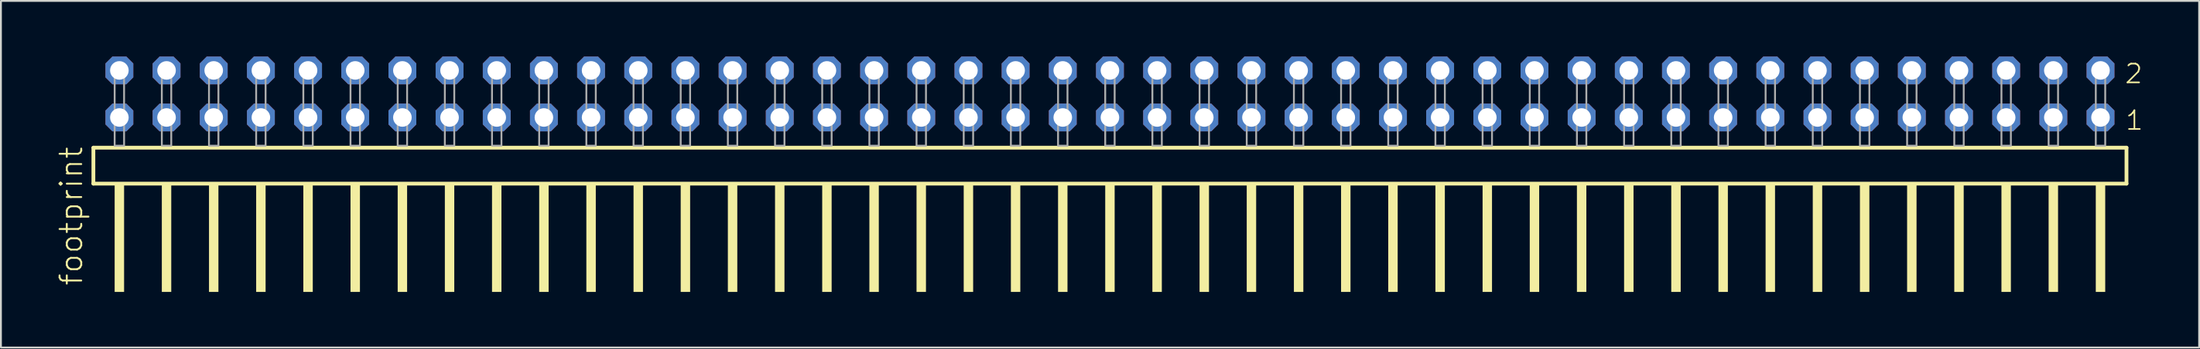
<source format=kicad_pcb>
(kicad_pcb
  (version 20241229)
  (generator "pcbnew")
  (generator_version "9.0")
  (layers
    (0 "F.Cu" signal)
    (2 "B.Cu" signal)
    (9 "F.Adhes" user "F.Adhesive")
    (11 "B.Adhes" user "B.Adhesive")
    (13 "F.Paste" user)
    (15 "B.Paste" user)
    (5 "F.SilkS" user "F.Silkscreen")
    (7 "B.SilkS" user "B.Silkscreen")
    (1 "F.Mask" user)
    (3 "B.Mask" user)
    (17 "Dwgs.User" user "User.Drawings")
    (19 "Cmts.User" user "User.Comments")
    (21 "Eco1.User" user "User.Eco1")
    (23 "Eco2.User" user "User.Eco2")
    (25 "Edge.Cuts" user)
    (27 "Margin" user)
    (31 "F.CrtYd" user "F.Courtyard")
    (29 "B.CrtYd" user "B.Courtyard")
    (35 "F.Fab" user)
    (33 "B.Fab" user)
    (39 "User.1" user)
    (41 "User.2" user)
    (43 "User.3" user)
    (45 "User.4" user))
  (footprint "footprint"
    (layer "F.Cu")
    (at 56.718 4.814)
    (property "Reference" "footprint" (at -55.245 7.62 90) (layer "F.SilkS") (effects (font (size 1.168 1.168) (thickness 0.102)) (justify left bottom)))
    (fp_line (start -54.739 0.106) (end -54.739 2.046) (stroke (width 0.203) (type solid)) (layer "F.SilkS"))
    (fp_line (start -54.739 2.046) (end 54.739 2.046) (stroke (width 0.203) (type solid)) (layer "F.SilkS"))
    (fp_line (start 54.739 0.106) (end -54.739 0.106) (stroke (width 0.203) (type solid)) (layer "F.SilkS"))
    (fp_line (start 54.739 2.046) (end 54.739 0.106) (stroke (width 0.203) (type solid)) (layer "F.SilkS"))
    (fp_poly (pts (xy -53.594 7.89) (xy -53.086 7.89) (xy -53.086 2.04) (xy -53.594 2.04)) (stroke (width 0) (type solid)) (fill yes) (layer "F.SilkS"))
    (fp_poly (pts (xy -51.054 7.89) (xy -50.546 7.89) (xy -50.546 2.04) (xy -51.054 2.04)) (stroke (width 0) (type solid)) (fill yes) (layer "F.SilkS"))
    (fp_poly (pts (xy -48.514 7.89) (xy -48.006 7.89) (xy -48.006 2.04) (xy -48.514 2.04)) (stroke (width 0) (type solid)) (fill yes) (layer "F.SilkS"))
    (fp_poly (pts (xy -45.974 7.89) (xy -45.466 7.89) (xy -45.466 2.04) (xy -45.974 2.04)) (stroke (width 0) (type solid)) (fill yes) (layer "F.SilkS"))
    (fp_poly (pts (xy -43.434 7.89) (xy -42.926 7.89) (xy -42.926 2.04) (xy -43.434 2.04)) (stroke (width 0) (type solid)) (fill yes) (layer "F.SilkS"))
    (fp_poly (pts (xy -40.894 7.89) (xy -40.386 7.89) (xy -40.386 2.04) (xy -40.894 2.04)) (stroke (width 0) (type solid)) (fill yes) (layer "F.SilkS"))
    (fp_poly (pts (xy -38.354 7.89) (xy -37.846 7.89) (xy -37.846 2.04) (xy -38.354 2.04)) (stroke (width 0) (type solid)) (fill yes) (layer "F.SilkS"))
    (fp_poly (pts (xy -35.814 7.89) (xy -35.306 7.89) (xy -35.306 2.04) (xy -35.814 2.04)) (stroke (width 0) (type solid)) (fill yes) (layer "F.SilkS"))
    (fp_poly (pts (xy -33.274 7.89) (xy -32.766 7.89) (xy -32.766 2.04) (xy -33.274 2.04)) (stroke (width 0) (type solid)) (fill yes) (layer "F.SilkS"))
    (fp_poly (pts (xy -30.734 7.89) (xy -30.226 7.89) (xy -30.226 2.04) (xy -30.734 2.04)) (stroke (width 0) (type solid)) (fill yes) (layer "F.SilkS"))
    (fp_poly (pts (xy -28.194 7.89) (xy -27.686 7.89) (xy -27.686 2.04) (xy -28.194 2.04)) (stroke (width 0) (type solid)) (fill yes) (layer "F.SilkS"))
    (fp_poly (pts (xy -25.654 7.89) (xy -25.146 7.89) (xy -25.146 2.04) (xy -25.654 2.04)) (stroke (width 0) (type solid)) (fill yes) (layer "F.SilkS"))
    (fp_poly (pts (xy -23.114 7.89) (xy -22.606 7.89) (xy -22.606 2.04) (xy -23.114 2.04)) (stroke (width 0) (type solid)) (fill yes) (layer "F.SilkS"))
    (fp_poly (pts (xy -20.574 7.89) (xy -20.066 7.89) (xy -20.066 2.04) (xy -20.574 2.04)) (stroke (width 0) (type solid)) (fill yes) (layer "F.SilkS"))
    (fp_poly (pts (xy -18.034 7.89) (xy -17.526 7.89) (xy -17.526 2.04) (xy -18.034 2.04)) (stroke (width 0) (type solid)) (fill yes) (layer "F.SilkS"))
    (fp_poly (pts (xy -15.494 7.89) (xy -14.986 7.89) (xy -14.986 2.04) (xy -15.494 2.04)) (stroke (width 0) (type solid)) (fill yes) (layer "F.SilkS"))
    (fp_poly (pts (xy -12.954 7.89) (xy -12.446 7.89) (xy -12.446 2.04) (xy -12.954 2.04)) (stroke (width 0) (type solid)) (fill yes) (layer "F.SilkS"))
    (fp_poly (pts (xy -10.414 7.89) (xy -9.906 7.89) (xy -9.906 2.04) (xy -10.414 2.04)) (stroke (width 0) (type solid)) (fill yes) (layer "F.SilkS"))
    (fp_poly (pts (xy -7.874 7.89) (xy -7.366 7.89) (xy -7.366 2.04) (xy -7.874 2.04)) (stroke (width 0) (type solid)) (fill yes) (layer "F.SilkS"))
    (fp_poly (pts (xy -5.334 7.89) (xy -4.826 7.89) (xy -4.826 2.04) (xy -5.334 2.04)) (stroke (width 0) (type solid)) (fill yes) (layer "F.SilkS"))
    (fp_poly (pts (xy -2.794 7.89) (xy -2.286 7.89) (xy -2.286 2.04) (xy -2.794 2.04)) (stroke (width 0) (type solid)) (fill yes) (layer "F.SilkS"))
    (fp_poly (pts (xy -0.254 7.89) (xy 0.254 7.89) (xy 0.254 2.04) (xy -0.254 2.04)) (stroke (width 0) (type solid)) (fill yes) (layer "F.SilkS"))
    (fp_poly (pts (xy 2.286 7.89) (xy 2.794 7.89) (xy 2.794 2.04) (xy 2.286 2.04)) (stroke (width 0) (type solid)) (fill yes) (layer "F.SilkS"))
    (fp_poly (pts (xy 4.826 7.89) (xy 5.334 7.89) (xy 5.334 2.04) (xy 4.826 2.04)) (stroke (width 0) (type solid)) (fill yes) (layer "F.SilkS"))
    (fp_poly (pts (xy 7.366 7.89) (xy 7.874 7.89) (xy 7.874 2.04) (xy 7.366 2.04)) (stroke (width 0) (type solid)) (fill yes) (layer "F.SilkS"))
    (fp_poly (pts (xy 9.906 7.89) (xy 10.414 7.89) (xy 10.414 2.04) (xy 9.906 2.04)) (stroke (width 0) (type solid)) (fill yes) (layer "F.SilkS"))
    (fp_poly (pts (xy 12.446 7.89) (xy 12.954 7.89) (xy 12.954 2.04) (xy 12.446 2.04)) (stroke (width 0) (type solid)) (fill yes) (layer "F.SilkS"))
    (fp_poly (pts (xy 14.986 7.89) (xy 15.494 7.89) (xy 15.494 2.04) (xy 14.986 2.04)) (stroke (width 0) (type solid)) (fill yes) (layer "F.SilkS"))
    (fp_poly (pts (xy 17.526 7.89) (xy 18.034 7.89) (xy 18.034 2.04) (xy 17.526 2.04)) (stroke (width 0) (type solid)) (fill yes) (layer "F.SilkS"))
    (fp_poly (pts (xy 20.066 7.89) (xy 20.574 7.89) (xy 20.574 2.04) (xy 20.066 2.04)) (stroke (width 0) (type solid)) (fill yes) (layer "F.SilkS"))
    (fp_poly (pts (xy 22.606 7.89) (xy 23.114 7.89) (xy 23.114 2.04) (xy 22.606 2.04)) (stroke (width 0) (type solid)) (fill yes) (layer "F.SilkS"))
    (fp_poly (pts (xy 25.146 7.89) (xy 25.654 7.89) (xy 25.654 2.04) (xy 25.146 2.04)) (stroke (width 0) (type solid)) (fill yes) (layer "F.SilkS"))
    (fp_poly (pts (xy 27.686 7.89) (xy 28.194 7.89) (xy 28.194 2.04) (xy 27.686 2.04)) (stroke (width 0) (type solid)) (fill yes) (layer "F.SilkS"))
    (fp_poly (pts (xy 30.226 7.89) (xy 30.734 7.89) (xy 30.734 2.04) (xy 30.226 2.04)) (stroke (width 0) (type solid)) (fill yes) (layer "F.SilkS"))
    (fp_poly (pts (xy 32.766 7.89) (xy 33.274 7.89) (xy 33.274 2.04) (xy 32.766 2.04)) (stroke (width 0) (type solid)) (fill yes) (layer "F.SilkS"))
    (fp_poly (pts (xy 35.306 7.89) (xy 35.814 7.89) (xy 35.814 2.04) (xy 35.306 2.04)) (stroke (width 0) (type solid)) (fill yes) (layer "F.SilkS"))
    (fp_poly (pts (xy 37.846 7.89) (xy 38.354 7.89) (xy 38.354 2.04) (xy 37.846 2.04)) (stroke (width 0) (type solid)) (fill yes) (layer "F.SilkS"))
    (fp_poly (pts (xy 40.386 7.89) (xy 40.894 7.89) (xy 40.894 2.04) (xy 40.386 2.04)) (stroke (width 0) (type solid)) (fill yes) (layer "F.SilkS"))
    (fp_poly (pts (xy 42.926 7.89) (xy 43.434 7.89) (xy 43.434 2.04) (xy 42.926 2.04)) (stroke (width 0) (type solid)) (fill yes) (layer "F.SilkS"))
    (fp_poly (pts (xy 45.466 7.89) (xy 45.974 7.89) (xy 45.974 2.04) (xy 45.466 2.04)) (stroke (width 0) (type solid)) (fill yes) (layer "F.SilkS"))
    (fp_poly (pts (xy 48.006 7.89) (xy 48.514 7.89) (xy 48.514 2.04) (xy 48.006 2.04)) (stroke (width 0) (type solid)) (fill yes) (layer "F.SilkS"))
    (fp_poly (pts (xy 50.546 7.89) (xy 51.054 7.89) (xy 51.054 2.04) (xy 50.546 2.04)) (stroke (width 0) (type solid)) (fill yes) (layer "F.SilkS"))
    (fp_poly (pts (xy 53.086 7.89) (xy 53.594 7.89) (xy 53.594 2.04) (xy 53.086 2.04)) (stroke (width 0) (type solid)) (fill yes) (layer "F.SilkS"))
    (fp_poly (pts (xy -53.594 0) (xy -53.086 0) (xy -53.086 -4.318) (xy -53.594 -4.318)) (stroke (width 0.1) (type solid)) (fill no) (layer "F.Fab"))
    (fp_poly (pts (xy -51.054 0) (xy -50.546 0) (xy -50.546 -4.318) (xy -51.054 -4.318)) (stroke (width 0.1) (type solid)) (fill no) (layer "F.Fab"))
    (fp_poly (pts (xy -48.514 0) (xy -48.006 0) (xy -48.006 -4.318) (xy -48.514 -4.318)) (stroke (width 0.1) (type solid)) (fill no) (layer "F.Fab"))
    (fp_poly (pts (xy -45.974 0) (xy -45.466 0) (xy -45.466 -4.318) (xy -45.974 -4.318)) (stroke (width 0.1) (type solid)) (fill no) (layer "F.Fab"))
    (fp_poly (pts (xy -43.434 0) (xy -42.926 0) (xy -42.926 -4.318) (xy -43.434 -4.318)) (stroke (width 0.1) (type solid)) (fill no) (layer "F.Fab"))
    (fp_poly (pts (xy -40.894 0) (xy -40.386 0) (xy -40.386 -4.318) (xy -40.894 -4.318)) (stroke (width 0.1) (type solid)) (fill no) (layer "F.Fab"))
    (fp_poly (pts (xy -38.354 0) (xy -37.846 0) (xy -37.846 -4.318) (xy -38.354 -4.318)) (stroke (width 0.1) (type solid)) (fill no) (layer "F.Fab"))
    (fp_poly (pts (xy -35.814 0) (xy -35.306 0) (xy -35.306 -4.318) (xy -35.814 -4.318)) (stroke (width 0.1) (type solid)) (fill no) (layer "F.Fab"))
    (fp_poly (pts (xy -33.274 0) (xy -32.766 0) (xy -32.766 -4.318) (xy -33.274 -4.318)) (stroke (width 0.1) (type solid)) (fill no) (layer "F.Fab"))
    (fp_poly (pts (xy -30.734 0) (xy -30.226 0) (xy -30.226 -4.318) (xy -30.734 -4.318)) (stroke (width 0.1) (type solid)) (fill no) (layer "F.Fab"))
    (fp_poly (pts (xy -28.194 0) (xy -27.686 0) (xy -27.686 -4.318) (xy -28.194 -4.318)) (stroke (width 0.1) (type solid)) (fill no) (layer "F.Fab"))
    (fp_poly (pts (xy -25.654 0) (xy -25.146 0) (xy -25.146 -4.318) (xy -25.654 -4.318)) (stroke (width 0.1) (type solid)) (fill no) (layer "F.Fab"))
    (fp_poly (pts (xy -23.114 0) (xy -22.606 0) (xy -22.606 -4.318) (xy -23.114 -4.318)) (stroke (width 0.1) (type solid)) (fill no) (layer "F.Fab"))
    (fp_poly (pts (xy -20.574 0) (xy -20.066 0) (xy -20.066 -4.318) (xy -20.574 -4.318)) (stroke (width 0.1) (type solid)) (fill no) (layer "F.Fab"))
    (fp_poly (pts (xy -18.034 0) (xy -17.526 0) (xy -17.526 -4.318) (xy -18.034 -4.318)) (stroke (width 0.1) (type solid)) (fill no) (layer "F.Fab"))
    (fp_poly (pts (xy -15.494 0) (xy -14.986 0) (xy -14.986 -4.318) (xy -15.494 -4.318)) (stroke (width 0.1) (type solid)) (fill no) (layer "F.Fab"))
    (fp_poly (pts (xy -12.954 0) (xy -12.446 0) (xy -12.446 -4.318) (xy -12.954 -4.318)) (stroke (width 0.1) (type solid)) (fill no) (layer "F.Fab"))
    (fp_poly (pts (xy -10.414 0) (xy -9.906 0) (xy -9.906 -4.318) (xy -10.414 -4.318)) (stroke (width 0.1) (type solid)) (fill no) (layer "F.Fab"))
    (fp_poly (pts (xy -7.874 0) (xy -7.366 0) (xy -7.366 -4.318) (xy -7.874 -4.318)) (stroke (width 0.1) (type solid)) (fill no) (layer "F.Fab"))
    (fp_poly (pts (xy -5.334 0) (xy -4.826 0) (xy -4.826 -4.318) (xy -5.334 -4.318)) (stroke (width 0.1) (type solid)) (fill no) (layer "F.Fab"))
    (fp_poly (pts (xy -2.794 0) (xy -2.286 0) (xy -2.286 -4.318) (xy -2.794 -4.318)) (stroke (width 0.1) (type solid)) (fill no) (layer "F.Fab"))
    (fp_poly (pts (xy -0.254 0) (xy 0.254 0) (xy 0.254 -4.318) (xy -0.254 -4.318)) (stroke (width 0.1) (type solid)) (fill no) (layer "F.Fab"))
    (fp_poly (pts (xy 2.286 0) (xy 2.794 0) (xy 2.794 -4.318) (xy 2.286 -4.318)) (stroke (width 0.1) (type solid)) (fill no) (layer "F.Fab"))
    (fp_poly (pts (xy 4.826 0) (xy 5.334 0) (xy 5.334 -4.318) (xy 4.826 -4.318)) (stroke (width 0.1) (type solid)) (fill no) (layer "F.Fab"))
    (fp_poly (pts (xy 7.366 0) (xy 7.874 0) (xy 7.874 -4.318) (xy 7.366 -4.318)) (stroke (width 0.1) (type solid)) (fill no) (layer "F.Fab"))
    (fp_poly (pts (xy 9.906 0) (xy 10.414 0) (xy 10.414 -4.318) (xy 9.906 -4.318)) (stroke (width 0.1) (type solid)) (fill no) (layer "F.Fab"))
    (fp_poly (pts (xy 12.446 0) (xy 12.954 0) (xy 12.954 -4.318) (xy 12.446 -4.318)) (stroke (width 0.1) (type solid)) (fill no) (layer "F.Fab"))
    (fp_poly (pts (xy 14.986 0) (xy 15.494 0) (xy 15.494 -4.318) (xy 14.986 -4.318)) (stroke (width 0.1) (type solid)) (fill no) (layer "F.Fab"))
    (fp_poly (pts (xy 17.526 0) (xy 18.034 0) (xy 18.034 -4.318) (xy 17.526 -4.318)) (stroke (width 0.1) (type solid)) (fill no) (layer "F.Fab"))
    (fp_poly (pts (xy 20.066 0) (xy 20.574 0) (xy 20.574 -4.318) (xy 20.066 -4.318)) (stroke (width 0.1) (type solid)) (fill no) (layer "F.Fab"))
    (fp_poly (pts (xy 22.606 0) (xy 23.114 0) (xy 23.114 -4.318) (xy 22.606 -4.318)) (stroke (width 0.1) (type solid)) (fill no) (layer "F.Fab"))
    (fp_poly (pts (xy 25.146 0) (xy 25.654 0) (xy 25.654 -4.318) (xy 25.146 -4.318)) (stroke (width 0.1) (type solid)) (fill no) (layer "F.Fab"))
    (fp_poly (pts (xy 27.686 0) (xy 28.194 0) (xy 28.194 -4.318) (xy 27.686 -4.318)) (stroke (width 0.1) (type solid)) (fill no) (layer "F.Fab"))
    (fp_poly (pts (xy 30.226 0) (xy 30.734 0) (xy 30.734 -4.318) (xy 30.226 -4.318)) (stroke (width 0.1) (type solid)) (fill no) (layer "F.Fab"))
    (fp_poly (pts (xy 32.766 0) (xy 33.274 0) (xy 33.274 -4.318) (xy 32.766 -4.318)) (stroke (width 0.1) (type solid)) (fill no) (layer "F.Fab"))
    (fp_poly (pts (xy 35.306 0) (xy 35.814 0) (xy 35.814 -4.318) (xy 35.306 -4.318)) (stroke (width 0.1) (type solid)) (fill no) (layer "F.Fab"))
    (fp_poly (pts (xy 37.846 0) (xy 38.354 0) (xy 38.354 -4.318) (xy 37.846 -4.318)) (stroke (width 0.1) (type solid)) (fill no) (layer "F.Fab"))
    (fp_poly (pts (xy 40.386 0) (xy 40.894 0) (xy 40.894 -4.318) (xy 40.386 -4.318)) (stroke (width 0.1) (type solid)) (fill no) (layer "F.Fab"))
    (fp_poly (pts (xy 42.926 0) (xy 43.434 0) (xy 43.434 -4.318) (xy 42.926 -4.318)) (stroke (width 0.1) (type solid)) (fill no) (layer "F.Fab"))
    (fp_poly (pts (xy 45.466 0) (xy 45.974 0) (xy 45.974 -4.318) (xy 45.466 -4.318)) (stroke (width 0.1) (type solid)) (fill no) (layer "F.Fab"))
    (fp_poly (pts (xy 48.006 0) (xy 48.514 0) (xy 48.514 -4.318) (xy 48.006 -4.318)) (stroke (width 0.1) (type solid)) (fill no) (layer "F.Fab"))
    (fp_poly (pts (xy 50.546 0) (xy 51.054 0) (xy 51.054 -4.318) (xy 50.546 -4.318)) (stroke (width 0.1) (type solid)) (fill no) (layer "F.Fab"))
    (fp_poly (pts (xy 53.086 0) (xy 53.594 0) (xy 53.594 -4.318) (xy 53.086 -4.318)) (stroke (width 0.1) (type solid)) (fill no) (layer "F.Fab"))
    (fp_text user "2" (at 54.59 -3.29 0) (layer "F.SilkS") (effects (font (size 1.012 1.012) (thickness 0.088)) (justify left bottom)))
    (fp_text user "1" (at 54.625 -0.775 0) (layer "F.SilkS") (effects (font (size 1.012 1.012) (thickness 0.088)) (justify left bottom)))
    (pad "1" thru_hole roundrect (at 53.34 -1.524 180) (size 1.5 1.5) (drill 1) (layers "*.Cu" "*.Mask") (roundrect_rratio 0.25) (chamfer_ratio 0.25) (chamfer top_left top_right bottom_left bottom_right))
    (pad "2" thru_hole roundrect (at 53.34 -4.064 180) (size 1.5 1.5) (drill 1) (layers "*.Cu" "*.Mask") (roundrect_rratio 0.25) (chamfer_ratio 0.25) (chamfer top_left top_right bottom_left bottom_right))
    (pad "3" thru_hole roundrect (at 50.8 -1.524 180) (size 1.5 1.5) (drill 1) (layers "*.Cu" "*.Mask") (roundrect_rratio 0.25) (chamfer_ratio 0.25) (chamfer top_left top_right bottom_left bottom_right))
    (pad "4" thru_hole roundrect (at 50.8 -4.064 180) (size 1.5 1.5) (drill 1) (layers "*.Cu" "*.Mask") (roundrect_rratio 0.25) (chamfer_ratio 0.25) (chamfer top_left top_right bottom_left bottom_right))
    (pad "5" thru_hole roundrect (at 48.26 -1.524 180) (size 1.5 1.5) (drill 1) (layers "*.Cu" "*.Mask") (roundrect_rratio 0.25) (chamfer_ratio 0.25) (chamfer top_left top_right bottom_left bottom_right))
    (pad "6" thru_hole roundrect (at 48.26 -4.064 180) (size 1.5 1.5) (drill 1) (layers "*.Cu" "*.Mask") (roundrect_rratio 0.25) (chamfer_ratio 0.25) (chamfer top_left top_right bottom_left bottom_right))
    (pad "7" thru_hole roundrect (at 45.72 -1.524 180) (size 1.5 1.5) (drill 1) (layers "*.Cu" "*.Mask") (roundrect_rratio 0.25) (chamfer_ratio 0.25) (chamfer top_left top_right bottom_left bottom_right))
    (pad "8" thru_hole roundrect (at 45.72 -4.064 180) (size 1.5 1.5) (drill 1) (layers "*.Cu" "*.Mask") (roundrect_rratio 0.25) (chamfer_ratio 0.25) (chamfer top_left top_right bottom_left bottom_right))
    (pad "9" thru_hole roundrect (at 43.18 -1.524 180) (size 1.5 1.5) (drill 1) (layers "*.Cu" "*.Mask") (roundrect_rratio 0.25) (chamfer_ratio 0.25) (chamfer top_left top_right bottom_left bottom_right))
    (pad "10" thru_hole roundrect (at 43.18 -4.064 180) (size 1.5 1.5) (drill 1) (layers "*.Cu" "*.Mask") (roundrect_rratio 0.25) (chamfer_ratio 0.25) (chamfer top_left top_right bottom_left bottom_right))
    (pad "11" thru_hole roundrect (at 40.64 -1.524 180) (size 1.5 1.5) (drill 1) (layers "*.Cu" "*.Mask") (roundrect_rratio 0.25) (chamfer_ratio 0.25) (chamfer top_left top_right bottom_left bottom_right))
    (pad "12" thru_hole roundrect (at 40.64 -4.064 180) (size 1.5 1.5) (drill 1) (layers "*.Cu" "*.Mask") (roundrect_rratio 0.25) (chamfer_ratio 0.25) (chamfer top_left top_right bottom_left bottom_right))
    (pad "13" thru_hole roundrect (at 38.1 -1.524 180) (size 1.5 1.5) (drill 1) (layers "*.Cu" "*.Mask") (roundrect_rratio 0.25) (chamfer_ratio 0.25) (chamfer top_left top_right bottom_left bottom_right))
    (pad "14" thru_hole roundrect (at 38.1 -4.064 180) (size 1.5 1.5) (drill 1) (layers "*.Cu" "*.Mask") (roundrect_rratio 0.25) (chamfer_ratio 0.25) (chamfer top_left top_right bottom_left bottom_right))
    (pad "15" thru_hole roundrect (at 35.56 -1.524 180) (size 1.5 1.5) (drill 1) (layers "*.Cu" "*.Mask") (roundrect_rratio 0.25) (chamfer_ratio 0.25) (chamfer top_left top_right bottom_left bottom_right))
    (pad "16" thru_hole roundrect (at 35.56 -4.064 180) (size 1.5 1.5) (drill 1) (layers "*.Cu" "*.Mask") (roundrect_rratio 0.25) (chamfer_ratio 0.25) (chamfer top_left top_right bottom_left bottom_right))
    (pad "17" thru_hole roundrect (at 33.02 -1.524 180) (size 1.5 1.5) (drill 1) (layers "*.Cu" "*.Mask") (roundrect_rratio 0.25) (chamfer_ratio 0.25) (chamfer top_left top_right bottom_left bottom_right))
    (pad "18" thru_hole roundrect (at 33.02 -4.064 180) (size 1.5 1.5) (drill 1) (layers "*.Cu" "*.Mask") (roundrect_rratio 0.25) (chamfer_ratio 0.25) (chamfer top_left top_right bottom_left bottom_right))
    (pad "19" thru_hole roundrect (at 30.48 -1.524 180) (size 1.5 1.5) (drill 1) (layers "*.Cu" "*.Mask") (roundrect_rratio 0.25) (chamfer_ratio 0.25) (chamfer top_left top_right bottom_left bottom_right))
    (pad "20" thru_hole roundrect (at 30.48 -4.064 180) (size 1.5 1.5) (drill 1) (layers "*.Cu" "*.Mask") (roundrect_rratio 0.25) (chamfer_ratio 0.25) (chamfer top_left top_right bottom_left bottom_right))
    (pad "21" thru_hole roundrect (at 27.94 -1.524 180) (size 1.5 1.5) (drill 1) (layers "*.Cu" "*.Mask") (roundrect_rratio 0.25) (chamfer_ratio 0.25) (chamfer top_left top_right bottom_left bottom_right))
    (pad "22" thru_hole roundrect (at 27.94 -4.064 180) (size 1.5 1.5) (drill 1) (layers "*.Cu" "*.Mask") (roundrect_rratio 0.25) (chamfer_ratio 0.25) (chamfer top_left top_right bottom_left bottom_right))
    (pad "23" thru_hole roundrect (at 25.4 -1.524 180) (size 1.5 1.5) (drill 1) (layers "*.Cu" "*.Mask") (roundrect_rratio 0.25) (chamfer_ratio 0.25) (chamfer top_left top_right bottom_left bottom_right))
    (pad "24" thru_hole roundrect (at 25.4 -4.064 180) (size 1.5 1.5) (drill 1) (layers "*.Cu" "*.Mask") (roundrect_rratio 0.25) (chamfer_ratio 0.25) (chamfer top_left top_right bottom_left bottom_right))
    (pad "25" thru_hole roundrect (at 22.86 -1.524 180) (size 1.5 1.5) (drill 1) (layers "*.Cu" "*.Mask") (roundrect_rratio 0.25) (chamfer_ratio 0.25) (chamfer top_left top_right bottom_left bottom_right))
    (pad "26" thru_hole roundrect (at 22.86 -4.064 180) (size 1.5 1.5) (drill 1) (layers "*.Cu" "*.Mask") (roundrect_rratio 0.25) (chamfer_ratio 0.25) (chamfer top_left top_right bottom_left bottom_right))
    (pad "27" thru_hole roundrect (at 20.32 -1.524 180) (size 1.5 1.5) (drill 1) (layers "*.Cu" "*.Mask") (roundrect_rratio 0.25) (chamfer_ratio 0.25) (chamfer top_left top_right bottom_left bottom_right))
    (pad "28" thru_hole roundrect (at 20.32 -4.064 180) (size 1.5 1.5) (drill 1) (layers "*.Cu" "*.Mask") (roundrect_rratio 0.25) (chamfer_ratio 0.25) (chamfer top_left top_right bottom_left bottom_right))
    (pad "29" thru_hole roundrect (at 17.78 -1.524 180) (size 1.5 1.5) (drill 1) (layers "*.Cu" "*.Mask") (roundrect_rratio 0.25) (chamfer_ratio 0.25) (chamfer top_left top_right bottom_left bottom_right))
    (pad "30" thru_hole roundrect (at 17.78 -4.064 180) (size 1.5 1.5) (drill 1) (layers "*.Cu" "*.Mask") (roundrect_rratio 0.25) (chamfer_ratio 0.25) (chamfer top_left top_right bottom_left bottom_right))
    (pad "31" thru_hole roundrect (at 15.24 -1.524 180) (size 1.5 1.5) (drill 1) (layers "*.Cu" "*.Mask") (roundrect_rratio 0.25) (chamfer_ratio 0.25) (chamfer top_left top_right bottom_left bottom_right))
    (pad "32" thru_hole roundrect (at 15.24 -4.064 180) (size 1.5 1.5) (drill 1) (layers "*.Cu" "*.Mask") (roundrect_rratio 0.25) (chamfer_ratio 0.25) (chamfer top_left top_right bottom_left bottom_right))
    (pad "33" thru_hole roundrect (at 12.7 -1.524 180) (size 1.5 1.5) (drill 1) (layers "*.Cu" "*.Mask") (roundrect_rratio 0.25) (chamfer_ratio 0.25) (chamfer top_left top_right bottom_left bottom_right))
    (pad "34" thru_hole roundrect (at 12.7 -4.064 180) (size 1.5 1.5) (drill 1) (layers "*.Cu" "*.Mask") (roundrect_rratio 0.25) (chamfer_ratio 0.25) (chamfer top_left top_right bottom_left bottom_right))
    (pad "35" thru_hole roundrect (at 10.16 -1.524 180) (size 1.5 1.5) (drill 1) (layers "*.Cu" "*.Mask") (roundrect_rratio 0.25) (chamfer_ratio 0.25) (chamfer top_left top_right bottom_left bottom_right))
    (pad "36" thru_hole roundrect (at 10.16 -4.064 180) (size 1.5 1.5) (drill 1) (layers "*.Cu" "*.Mask") (roundrect_rratio 0.25) (chamfer_ratio 0.25) (chamfer top_left top_right bottom_left bottom_right))
    (pad "37" thru_hole roundrect (at 7.62 -1.524 180) (size 1.5 1.5) (drill 1) (layers "*.Cu" "*.Mask") (roundrect_rratio 0.25) (chamfer_ratio 0.25) (chamfer top_left top_right bottom_left bottom_right))
    (pad "38" thru_hole roundrect (at 7.62 -4.064 180) (size 1.5 1.5) (drill 1) (layers "*.Cu" "*.Mask") (roundrect_rratio 0.25) (chamfer_ratio 0.25) (chamfer top_left top_right bottom_left bottom_right))
    (pad "39" thru_hole roundrect (at 5.08 -1.524 180) (size 1.5 1.5) (drill 1) (layers "*.Cu" "*.Mask") (roundrect_rratio 0.25) (chamfer_ratio 0.25) (chamfer top_left top_right bottom_left bottom_right))
    (pad "40" thru_hole roundrect (at 5.08 -4.064 180) (size 1.5 1.5) (drill 1) (layers "*.Cu" "*.Mask") (roundrect_rratio 0.25) (chamfer_ratio 0.25) (chamfer top_left top_right bottom_left bottom_right))
    (pad "41" thru_hole roundrect (at 2.54 -1.524 180) (size 1.5 1.5) (drill 1) (layers "*.Cu" "*.Mask") (roundrect_rratio 0.25) (chamfer_ratio 0.25) (chamfer top_left top_right bottom_left bottom_right))
    (pad "42" thru_hole roundrect (at 2.54 -4.064 180) (size 1.5 1.5) (drill 1) (layers "*.Cu" "*.Mask") (roundrect_rratio 0.25) (chamfer_ratio 0.25) (chamfer top_left top_right bottom_left bottom_right))
    (pad "43" thru_hole roundrect (at 0 -1.524 180) (size 1.5 1.5) (drill 1) (layers "*.Cu" "*.Mask") (roundrect_rratio 0.25) (chamfer_ratio 0.25) (chamfer top_left top_right bottom_left bottom_right))
    (pad "44" thru_hole roundrect (at 0 -4.064 180) (size 1.5 1.5) (drill 1) (layers "*.Cu" "*.Mask") (roundrect_rratio 0.25) (chamfer_ratio 0.25) (chamfer top_left top_right bottom_left bottom_right))
    (pad "45" thru_hole roundrect (at -2.54 -1.524 180) (size 1.5 1.5) (drill 1) (layers "*.Cu" "*.Mask") (roundrect_rratio 0.25) (chamfer_ratio 0.25) (chamfer top_left top_right bottom_left bottom_right))
    (pad "46" thru_hole roundrect (at -2.54 -4.064 180) (size 1.5 1.5) (drill 1) (layers "*.Cu" "*.Mask") (roundrect_rratio 0.25) (chamfer_ratio 0.25) (chamfer top_left top_right bottom_left bottom_right))
    (pad "47" thru_hole roundrect (at -5.08 -1.524 180) (size 1.5 1.5) (drill 1) (layers "*.Cu" "*.Mask") (roundrect_rratio 0.25) (chamfer_ratio 0.25) (chamfer top_left top_right bottom_left bottom_right))
    (pad "48" thru_hole roundrect (at -5.08 -4.064 180) (size 1.5 1.5) (drill 1) (layers "*.Cu" "*.Mask") (roundrect_rratio 0.25) (chamfer_ratio 0.25) (chamfer top_left top_right bottom_left bottom_right))
    (pad "49" thru_hole roundrect (at -7.62 -1.524 180) (size 1.5 1.5) (drill 1) (layers "*.Cu" "*.Mask") (roundrect_rratio 0.25) (chamfer_ratio 0.25) (chamfer top_left top_right bottom_left bottom_right))
    (pad "50" thru_hole roundrect (at -7.62 -4.064 180) (size 1.5 1.5) (drill 1) (layers "*.Cu" "*.Mask") (roundrect_rratio 0.25) (chamfer_ratio 0.25) (chamfer top_left top_right bottom_left bottom_right))
    (pad "51" thru_hole roundrect (at -10.16 -1.524 180) (size 1.5 1.5) (drill 1) (layers "*.Cu" "*.Mask") (roundrect_rratio 0.25) (chamfer_ratio 0.25) (chamfer top_left top_right bottom_left bottom_right))
    (pad "52" thru_hole roundrect (at -10.16 -4.064 180) (size 1.5 1.5) (drill 1) (layers "*.Cu" "*.Mask") (roundrect_rratio 0.25) (chamfer_ratio 0.25) (chamfer top_left top_right bottom_left bottom_right))
    (pad "53" thru_hole roundrect (at -12.7 -1.524 180) (size 1.5 1.5) (drill 1) (layers "*.Cu" "*.Mask") (roundrect_rratio 0.25) (chamfer_ratio 0.25) (chamfer top_left top_right bottom_left bottom_right))
    (pad "54" thru_hole roundrect (at -12.7 -4.064 180) (size 1.5 1.5) (drill 1) (layers "*.Cu" "*.Mask") (roundrect_rratio 0.25) (chamfer_ratio 0.25) (chamfer top_left top_right bottom_left bottom_right))
    (pad "55" thru_hole roundrect (at -15.24 -1.524 180) (size 1.5 1.5) (drill 1) (layers "*.Cu" "*.Mask") (roundrect_rratio 0.25) (chamfer_ratio 0.25) (chamfer top_left top_right bottom_left bottom_right))
    (pad "56" thru_hole roundrect (at -15.24 -4.064 180) (size 1.5 1.5) (drill 1) (layers "*.Cu" "*.Mask") (roundrect_rratio 0.25) (chamfer_ratio 0.25) (chamfer top_left top_right bottom_left bottom_right))
    (pad "57" thru_hole roundrect (at -17.78 -1.524 180) (size 1.5 1.5) (drill 1) (layers "*.Cu" "*.Mask") (roundrect_rratio 0.25) (chamfer_ratio 0.25) (chamfer top_left top_right bottom_left bottom_right))
    (pad "58" thru_hole roundrect (at -17.78 -4.064 180) (size 1.5 1.5) (drill 1) (layers "*.Cu" "*.Mask") (roundrect_rratio 0.25) (chamfer_ratio 0.25) (chamfer top_left top_right bottom_left bottom_right))
    (pad "59" thru_hole roundrect (at -20.32 -1.524 180) (size 1.5 1.5) (drill 1) (layers "*.Cu" "*.Mask") (roundrect_rratio 0.25) (chamfer_ratio 0.25) (chamfer top_left top_right bottom_left bottom_right))
    (pad "60" thru_hole roundrect (at -20.32 -4.064 180) (size 1.5 1.5) (drill 1) (layers "*.Cu" "*.Mask") (roundrect_rratio 0.25) (chamfer_ratio 0.25) (chamfer top_left top_right bottom_left bottom_right))
    (pad "61" thru_hole roundrect (at -22.86 -1.524 180) (size 1.5 1.5) (drill 1) (layers "*.Cu" "*.Mask") (roundrect_rratio 0.25) (chamfer_ratio 0.25) (chamfer top_left top_right bottom_left bottom_right))
    (pad "62" thru_hole roundrect (at -22.86 -4.064 180) (size 1.5 1.5) (drill 1) (layers "*.Cu" "*.Mask") (roundrect_rratio 0.25) (chamfer_ratio 0.25) (chamfer top_left top_right bottom_left bottom_right))
    (pad "63" thru_hole roundrect (at -25.4 -1.524 180) (size 1.5 1.5) (drill 1) (layers "*.Cu" "*.Mask") (roundrect_rratio 0.25) (chamfer_ratio 0.25) (chamfer top_left top_right bottom_left bottom_right))
    (pad "64" thru_hole roundrect (at -25.4 -4.064 180) (size 1.5 1.5) (drill 1) (layers "*.Cu" "*.Mask") (roundrect_rratio 0.25) (chamfer_ratio 0.25) (chamfer top_left top_right bottom_left bottom_right))
    (pad "65" thru_hole roundrect (at -27.94 -1.524 180) (size 1.5 1.5) (drill 1) (layers "*.Cu" "*.Mask") (roundrect_rratio 0.25) (chamfer_ratio 0.25) (chamfer top_left top_right bottom_left bottom_right))
    (pad "66" thru_hole roundrect (at -27.94 -4.064 180) (size 1.5 1.5) (drill 1) (layers "*.Cu" "*.Mask") (roundrect_rratio 0.25) (chamfer_ratio 0.25) (chamfer top_left top_right bottom_left bottom_right))
    (pad "67" thru_hole roundrect (at -30.48 -1.524 180) (size 1.5 1.5) (drill 1) (layers "*.Cu" "*.Mask") (roundrect_rratio 0.25) (chamfer_ratio 0.25) (chamfer top_left top_right bottom_left bottom_right))
    (pad "68" thru_hole roundrect (at -30.48 -4.064 180) (size 1.5 1.5) (drill 1) (layers "*.Cu" "*.Mask") (roundrect_rratio 0.25) (chamfer_ratio 0.25) (chamfer top_left top_right bottom_left bottom_right))
    (pad "69" thru_hole roundrect (at -33.02 -1.524 180) (size 1.5 1.5) (drill 1) (layers "*.Cu" "*.Mask") (roundrect_rratio 0.25) (chamfer_ratio 0.25) (chamfer top_left top_right bottom_left bottom_right))
    (pad "70" thru_hole roundrect (at -33.02 -4.064 180) (size 1.5 1.5) (drill 1) (layers "*.Cu" "*.Mask") (roundrect_rratio 0.25) (chamfer_ratio 0.25) (chamfer top_left top_right bottom_left bottom_right))
    (pad "71" thru_hole roundrect (at -35.56 -1.524 180) (size 1.5 1.5) (drill 1) (layers "*.Cu" "*.Mask") (roundrect_rratio 0.25) (chamfer_ratio 0.25) (chamfer top_left top_right bottom_left bottom_right))
    (pad "72" thru_hole roundrect (at -35.56 -4.064 180) (size 1.5 1.5) (drill 1) (layers "*.Cu" "*.Mask") (roundrect_rratio 0.25) (chamfer_ratio 0.25) (chamfer top_left top_right bottom_left bottom_right))
    (pad "73" thru_hole roundrect (at -38.1 -1.524 180) (size 1.5 1.5) (drill 1) (layers "*.Cu" "*.Mask") (roundrect_rratio 0.25) (chamfer_ratio 0.25) (chamfer top_left top_right bottom_left bottom_right))
    (pad "74" thru_hole roundrect (at -38.1 -4.064 180) (size 1.5 1.5) (drill 1) (layers "*.Cu" "*.Mask") (roundrect_rratio 0.25) (chamfer_ratio 0.25) (chamfer top_left top_right bottom_left bottom_right))
    (pad "75" thru_hole roundrect (at -40.64 -1.524 180) (size 1.5 1.5) (drill 1) (layers "*.Cu" "*.Mask") (roundrect_rratio 0.25) (chamfer_ratio 0.25) (chamfer top_left top_right bottom_left bottom_right))
    (pad "76" thru_hole roundrect (at -40.64 -4.064 180) (size 1.5 1.5) (drill 1) (layers "*.Cu" "*.Mask") (roundrect_rratio 0.25) (chamfer_ratio 0.25) (chamfer top_left top_right bottom_left bottom_right))
    (pad "77" thru_hole roundrect (at -43.18 -1.524 180) (size 1.5 1.5) (drill 1) (layers "*.Cu" "*.Mask") (roundrect_rratio 0.25) (chamfer_ratio 0.25) (chamfer top_left top_right bottom_left bottom_right))
    (pad "78" thru_hole roundrect (at -43.18 -4.064 180) (size 1.5 1.5) (drill 1) (layers "*.Cu" "*.Mask") (roundrect_rratio 0.25) (chamfer_ratio 0.25) (chamfer top_left top_right bottom_left bottom_right))
    (pad "79" thru_hole roundrect (at -45.72 -1.524 180) (size 1.5 1.5) (drill 1) (layers "*.Cu" "*.Mask") (roundrect_rratio 0.25) (chamfer_ratio 0.25) (chamfer top_left top_right bottom_left bottom_right))
    (pad "80" thru_hole roundrect (at -45.72 -4.064 180) (size 1.5 1.5) (drill 1) (layers "*.Cu" "*.Mask") (roundrect_rratio 0.25) (chamfer_ratio 0.25) (chamfer top_left top_right bottom_left bottom_right))
    (pad "81" thru_hole roundrect (at -48.26 -1.524 180) (size 1.5 1.5) (drill 1) (layers "*.Cu" "*.Mask") (roundrect_rratio 0.25) (chamfer_ratio 0.25) (chamfer top_left top_right bottom_left bottom_right))
    (pad "82" thru_hole roundrect (at -48.26 -4.064 180) (size 1.5 1.5) (drill 1) (layers "*.Cu" "*.Mask") (roundrect_rratio 0.25) (chamfer_ratio 0.25) (chamfer top_left top_right bottom_left bottom_right))
    (pad "83" thru_hole roundrect (at -50.8 -1.524 180) (size 1.5 1.5) (drill 1) (layers "*.Cu" "*.Mask") (roundrect_rratio 0.25) (chamfer_ratio 0.25) (chamfer top_left top_right bottom_left bottom_right))
    (pad "84" thru_hole roundrect (at -50.8 -4.064 180) (size 1.5 1.5) (drill 1) (layers "*.Cu" "*.Mask") (roundrect_rratio 0.25) (chamfer_ratio 0.25) (chamfer top_left top_right bottom_left bottom_right))
    (pad "85" thru_hole roundrect (at -53.34 -1.524 180) (size 1.5 1.5) (drill 1) (layers "*.Cu" "*.Mask") (roundrect_rratio 0.25) (chamfer_ratio 0.25) (chamfer top_left top_right bottom_left bottom_right))
    (pad "86" thru_hole roundrect (at -53.34 -4.064 180) (size 1.5 1.5) (drill 1) (layers "*.Cu" "*.Mask") (roundrect_rratio 0.25) (chamfer_ratio 0.25) (chamfer top_left top_right bottom_left bottom_right)))
  (gr_rect
    (start -3 -3)
    (end 115.369 15.704)
    (stroke (width 0.1) (type default))
    (fill no)
    (layer "Edge.Cuts")))
</source>
